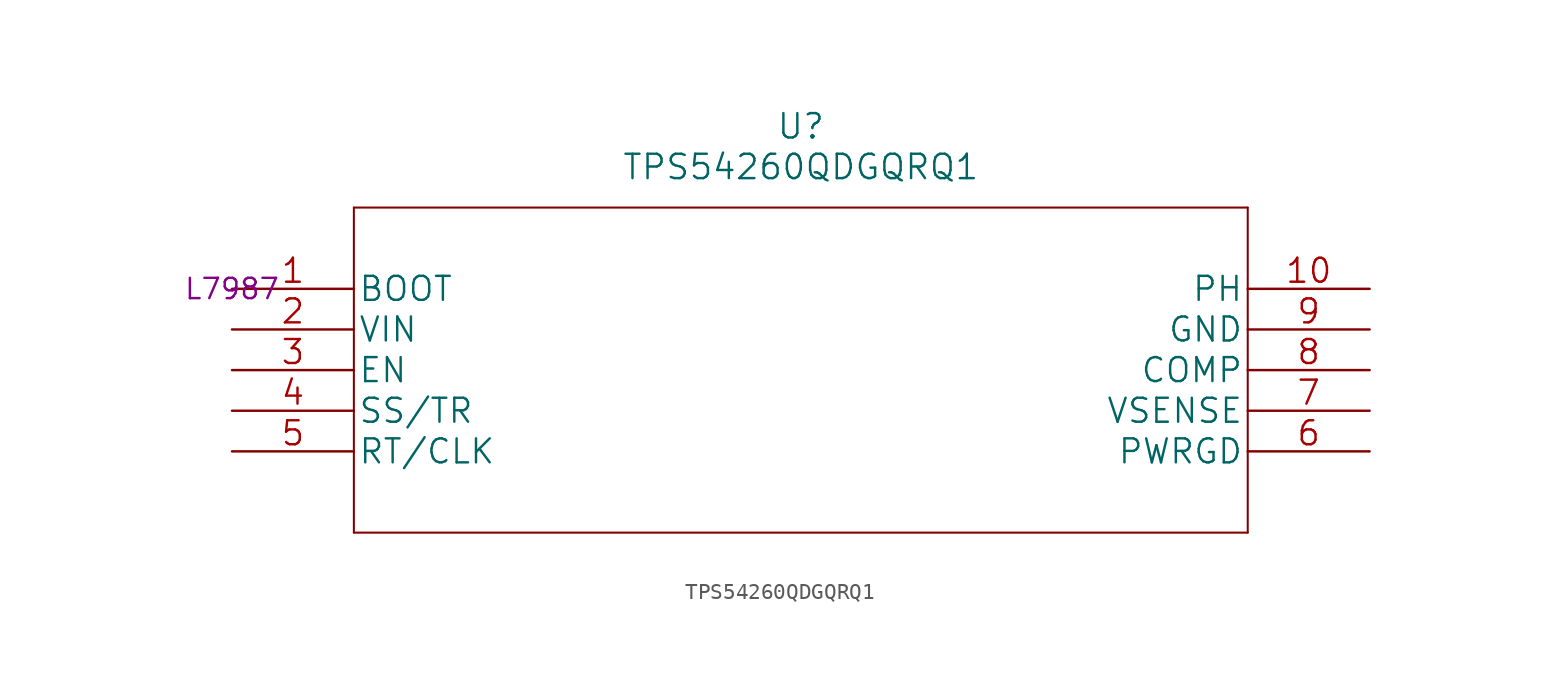
<source format=kicad_sym>
(kicad_symbol_lib
  (version 20220914)
  (generator kicad_symbol_editor)
  (symbol "TPS54260QDGQRQ1"
    (pin_names
      (offset 0.254))
    (property "Reference" "U"
      (at 35.56 10.16 0)
      (effects (font (size 1.524 1.524))))
    (property "Value" "TPS54260QDGQRQ1"
      (at 35.56 7.62 0)
      (effects (font (size 1.524 1.524))))
    (property "Datasheet" ""
      (at 0 0 0)
      (effects (font (size 1.524 1.524))))
    (property "Model" "L7987"
      (at 0 0 0)
      (effects (font (size 1.27 1.27))))
    (symbol "TPS54260QDGQRQ1_1_1"
      (polyline (pts (xy 7.62 -15.24) (xy 63.5 -15.24)) (stroke (width 0.127) (type default)) (fill (type none)))
      (polyline (pts (xy 7.62 5.08) (xy 7.62 -15.24)) (stroke (width 0.127) (type default)) (fill (type none)))
      (polyline (pts (xy 63.5 -15.24) (xy 63.5 5.08)) (stroke (width 0.127) (type default)) (fill (type none)))
      (polyline (pts (xy 63.5 5.08) (xy 7.62 5.08)) (stroke (width 0.127) (type default)) (fill (type none)))
      (pin output line (at 0 0 0) (length 7.62) (name "BOOT" (effects (font (size 1.499 1.499)))) (number "1" (effects (font (size 1.499 1.499)))))
      (pin input line (at 71.12 0 180) (length 7.62) (name "PH" (effects (font (size 1.499 1.499)))) (number "10" (effects (font (size 1.499 1.499)))))
      (pin input line (at 0 -2.54 0) (length 7.62) (name "VIN" (effects (font (size 1.499 1.499)))) (number "2" (effects (font (size 1.499 1.499)))))
      (pin input line (at 0 -5.08 0) (length 7.62) (name "EN" (effects (font (size 1.499 1.499)))) (number "3" (effects (font (size 1.499 1.499)))))
      (pin input line (at 0 -7.62 0) (length 7.62) (name "SS/TR" (effects (font (size 1.499 1.499)))) (number "4" (effects (font (size 1.499 1.499)))))
      (pin input line (at 0 -10.16 0) (length 7.62) (name "RT/CLK" (effects (font (size 1.499 1.499)))) (number "5" (effects (font (size 1.499 1.499)))))
      (pin output line (at 71.12 -10.16 180) (length 7.62) (name "PWRGD" (effects (font (size 1.499 1.499)))) (number "6" (effects (font (size 1.499 1.499)))))
      (pin input line (at 71.12 -7.62 180) (length 7.62) (name "VSENSE" (effects (font (size 1.499 1.499)))) (number "7" (effects (font (size 1.499 1.499)))))
      (pin output line (at 71.12 -5.08 180) (length 7.62) (name "COMP" (effects (font (size 1.499 1.499)))) (number "8" (effects (font (size 1.499 1.499)))))
      (pin power_in line (at 71.12 -2.54 180) (length 7.62) (name "GND" (effects (font (size 1.499 1.499)))) (number "9" (effects (font (size 1.499 1.499))))))))
</source>
